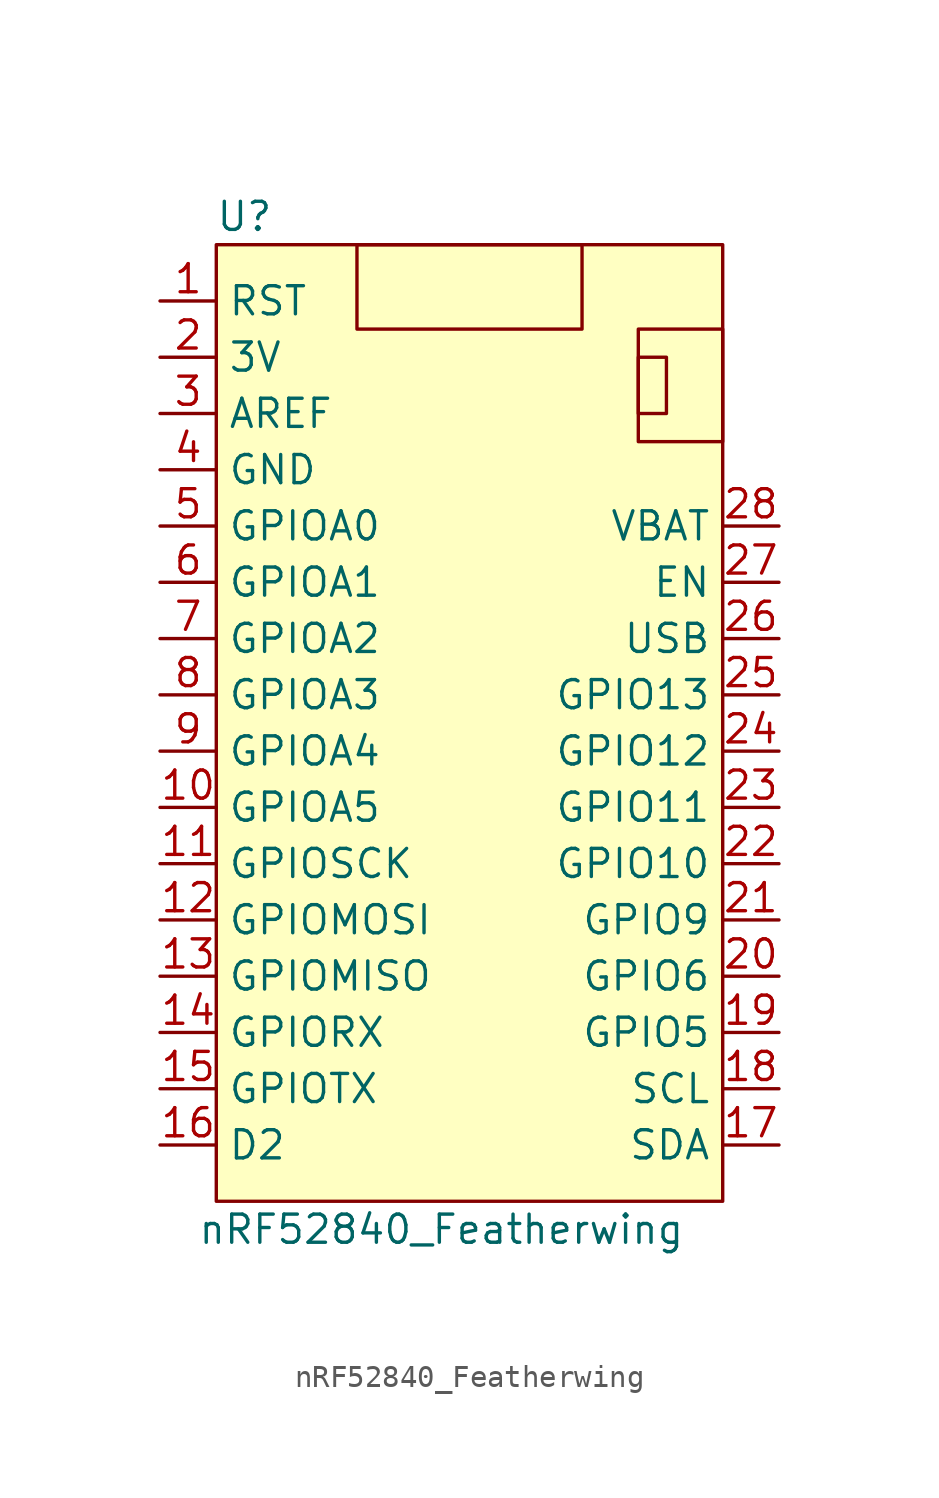
<source format=kicad_sym>
(kicad_symbol_lib
  (version 20211014)
  (generator kicad_symbol_editor)
  (symbol "nRF52840_Featherwing"
    (property "Reference" "U"
      (at -10.16 25.4 0)
      (effects (font (size 1.27 1.27))))
    (property "Value" "nRF52840_Featherwing"
      (at -1.27 -20.32 0)
      (effects (font (size 1.27 1.27))))
    (symbol "nRF52840_Featherwing_0_1"
      (rectangle (start -11.43 24.13) (end 11.43 -19.05) (stroke (width 0) (type default) (color 0 0 0 0)) (fill (type background)))
      (rectangle (start -5.08 24.13) (end 5.08 20.32) (stroke (width 0) (type default) (color 0 0 0 0)) (fill (type none)))
      (rectangle (start 7.62 19.05) (end 8.89 16.51) (stroke (width 0) (type default) (color 0 0 0 0)) (fill (type none)))
      (rectangle (start 11.43 20.32) (end 7.62 15.24) (stroke (width 0) (type default) (color 0 0 0 0)) (fill (type none))))
    (symbol "nRF52840_Featherwing_1_1"
      (pin input line (at -13.97 21.59 0) (length 2.54) (name "RST" (effects (font (size 1.27 1.27)))) (number "1" (effects (font (size 1.27 1.27)))))
      (pin bidirectional line (at -13.97 -1.27 0) (length 2.54) (name "GPIOA5" (effects (font (size 1.27 1.27)))) (number "10" (effects (font (size 1.27 1.27)))))
      (pin bidirectional line (at -13.97 -3.81 0) (length 2.54) (name "GPIOSCK" (effects (font (size 1.27 1.27)))) (number "11" (effects (font (size 1.27 1.27)))))
      (pin bidirectional line (at -13.97 -6.35 0) (length 2.54) (name "GPIOMOSI" (effects (font (size 1.27 1.27)))) (number "12" (effects (font (size 1.27 1.27)))))
      (pin bidirectional line (at -13.97 -8.89 0) (length 2.54) (name "GPIOMISO" (effects (font (size 1.27 1.27)))) (number "13" (effects (font (size 1.27 1.27)))))
      (pin bidirectional line (at -13.97 -11.43 0) (length 2.54) (name "GPIORX" (effects (font (size 1.27 1.27)))) (number "14" (effects (font (size 1.27 1.27)))))
      (pin bidirectional line (at -13.97 -13.97 0) (length 2.54) (name "GPIOTX" (effects (font (size 1.27 1.27)))) (number "15" (effects (font (size 1.27 1.27)))))
      (pin bidirectional line (at -13.97 -16.51 0) (length 2.54) (name "D2" (effects (font (size 1.27 1.27)))) (number "16" (effects (font (size 1.27 1.27)))))
      (pin bidirectional line (at 13.97 -16.51 180) (length 2.54) (name "SDA" (effects (font (size 1.27 1.27)))) (number "17" (effects (font (size 1.27 1.27)))))
      (pin bidirectional line (at 13.97 -13.97 180) (length 2.54) (name "SCL" (effects (font (size 1.27 1.27)))) (number "18" (effects (font (size 1.27 1.27)))))
      (pin bidirectional line (at 13.97 -11.43 180) (length 2.54) (name "GPIO5" (effects (font (size 1.27 1.27)))) (number "19" (effects (font (size 1.27 1.27)))))
      (pin power_out line (at -13.97 19.05 0) (length 2.54) (name "3V" (effects (font (size 1.27 1.27)))) (number "2" (effects (font (size 1.27 1.27)))))
      (pin bidirectional line (at 13.97 -8.89 180) (length 2.54) (name "GPIO6" (effects (font (size 1.27 1.27)))) (number "20" (effects (font (size 1.27 1.27)))))
      (pin bidirectional line (at 13.97 -6.35 180) (length 2.54) (name "GPIO9" (effects (font (size 1.27 1.27)))) (number "21" (effects (font (size 1.27 1.27)))))
      (pin bidirectional line (at 13.97 -3.81 180) (length 2.54) (name "GPIO10" (effects (font (size 1.27 1.27)))) (number "22" (effects (font (size 1.27 1.27)))))
      (pin bidirectional line (at 13.97 -1.27 180) (length 2.54) (name "GPIO11" (effects (font (size 1.27 1.27)))) (number "23" (effects (font (size 1.27 1.27)))))
      (pin bidirectional line (at 13.97 1.27 180) (length 2.54) (name "GPIO12" (effects (font (size 1.27 1.27)))) (number "24" (effects (font (size 1.27 1.27)))))
      (pin bidirectional line (at 13.97 3.81 180) (length 2.54) (name "GPIO13" (effects (font (size 1.27 1.27)))) (number "25" (effects (font (size 1.27 1.27)))))
      (pin power_out line (at 13.97 6.35 180) (length 2.54) (name "USB" (effects (font (size 1.27 1.27)))) (number "26" (effects (font (size 1.27 1.27)))))
      (pin input line (at 13.97 8.89 180) (length 2.54) (name "EN" (effects (font (size 1.27 1.27)))) (number "27" (effects (font (size 1.27 1.27)))))
      (pin power_in line (at 13.97 11.43 180) (length 2.54) (name "VBAT" (effects (font (size 1.27 1.27)))) (number "28" (effects (font (size 1.27 1.27)))))
      (pin input line (at -13.97 16.51 0) (length 2.54) (name "AREF" (effects (font (size 1.27 1.27)))) (number "3" (effects (font (size 1.27 1.27)))))
      (pin power_in line (at -13.97 13.97 0) (length 2.54) (name "GND" (effects (font (size 1.27 1.27)))) (number "4" (effects (font (size 1.27 1.27)))))
      (pin bidirectional line (at -13.97 11.43 0) (length 2.54) (name "GPIOA0" (effects (font (size 1.27 1.27)))) (number "5" (effects (font (size 1.27 1.27)))))
      (pin bidirectional line (at -13.97 8.89 0) (length 2.54) (name "GPIOA1" (effects (font (size 1.27 1.27)))) (number "6" (effects (font (size 1.27 1.27)))))
      (pin bidirectional line (at -13.97 6.35 0) (length 2.54) (name "GPIOA2" (effects (font (size 1.27 1.27)))) (number "7" (effects (font (size 1.27 1.27)))))
      (pin bidirectional line (at -13.97 3.81 0) (length 2.54) (name "GPIOA3" (effects (font (size 1.27 1.27)))) (number "8" (effects (font (size 1.27 1.27)))))
      (pin bidirectional line (at -13.97 1.27 0) (length 2.54) (name "GPIOA4" (effects (font (size 1.27 1.27)))) (number "9" (effects (font (size 1.27 1.27))))))))
</source>
